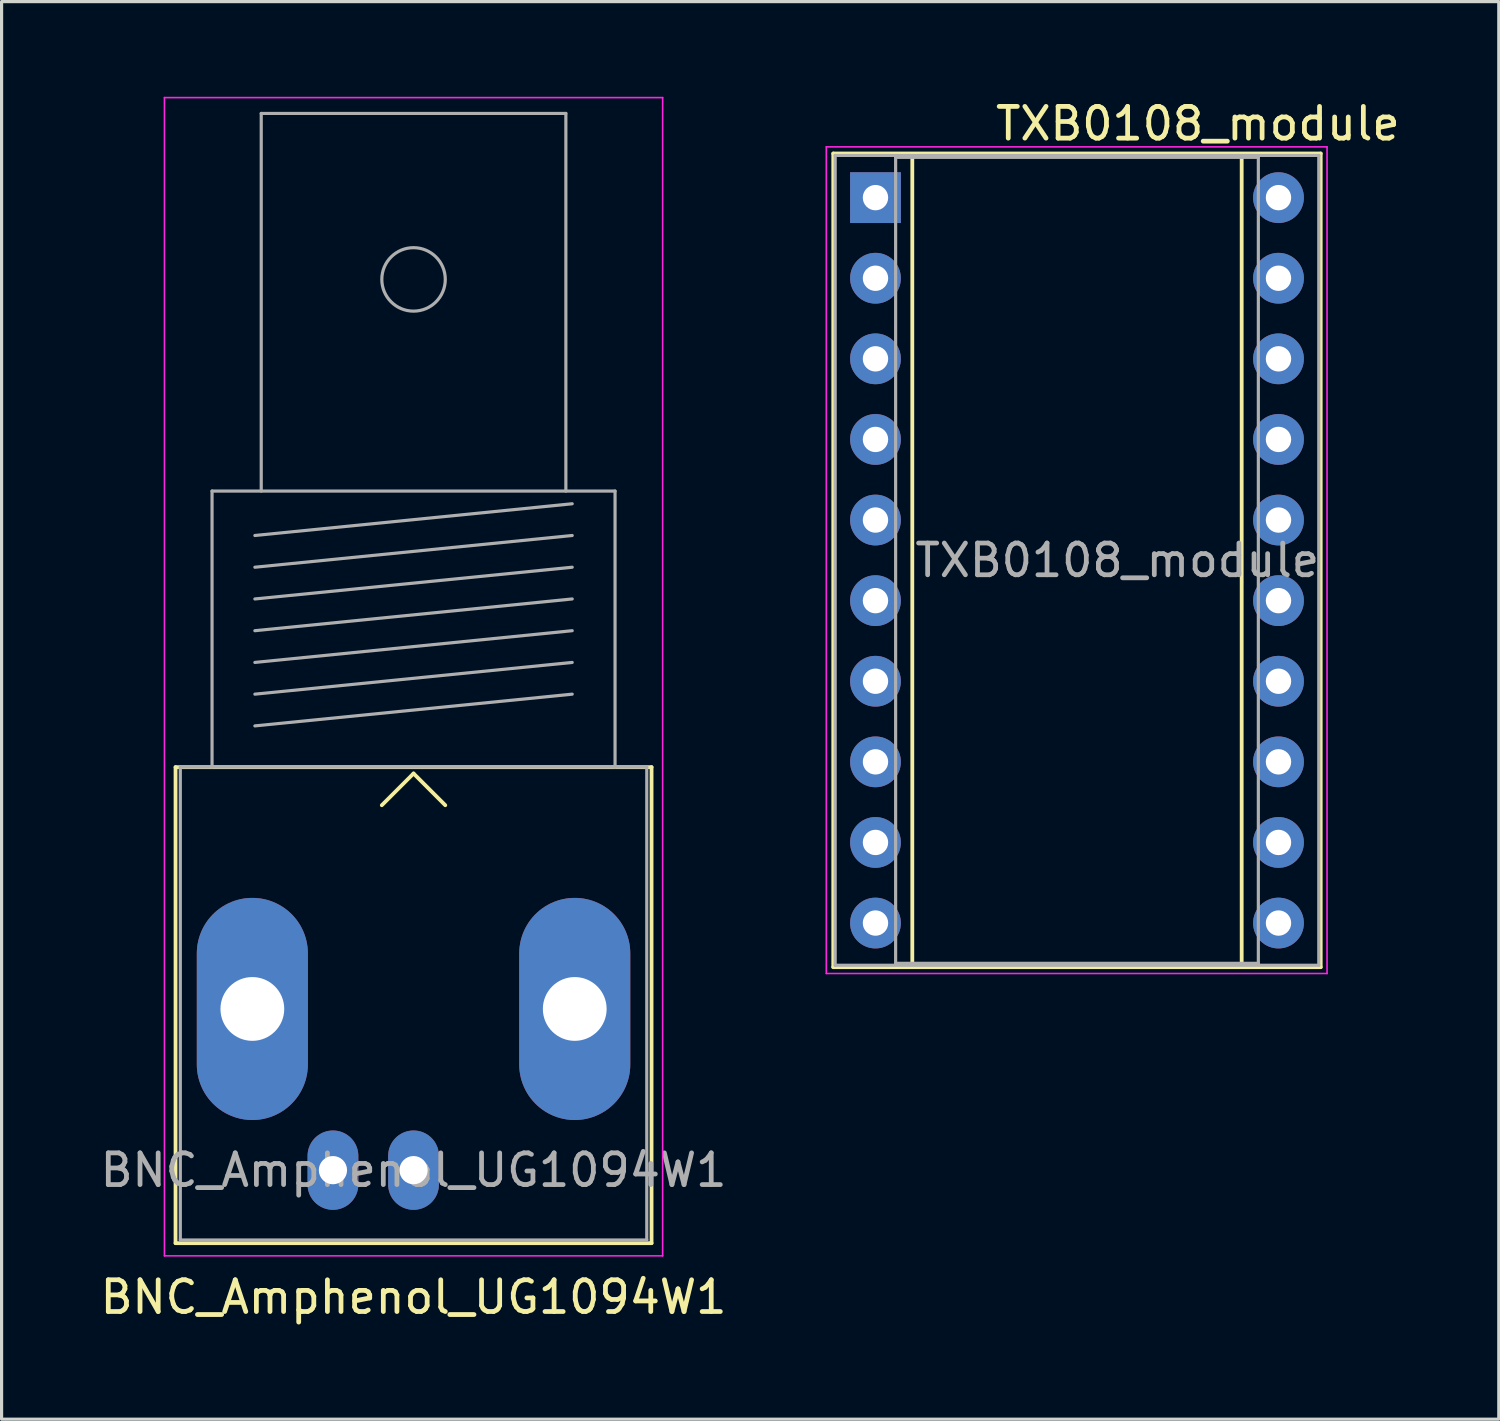
<source format=kicad_pcb>
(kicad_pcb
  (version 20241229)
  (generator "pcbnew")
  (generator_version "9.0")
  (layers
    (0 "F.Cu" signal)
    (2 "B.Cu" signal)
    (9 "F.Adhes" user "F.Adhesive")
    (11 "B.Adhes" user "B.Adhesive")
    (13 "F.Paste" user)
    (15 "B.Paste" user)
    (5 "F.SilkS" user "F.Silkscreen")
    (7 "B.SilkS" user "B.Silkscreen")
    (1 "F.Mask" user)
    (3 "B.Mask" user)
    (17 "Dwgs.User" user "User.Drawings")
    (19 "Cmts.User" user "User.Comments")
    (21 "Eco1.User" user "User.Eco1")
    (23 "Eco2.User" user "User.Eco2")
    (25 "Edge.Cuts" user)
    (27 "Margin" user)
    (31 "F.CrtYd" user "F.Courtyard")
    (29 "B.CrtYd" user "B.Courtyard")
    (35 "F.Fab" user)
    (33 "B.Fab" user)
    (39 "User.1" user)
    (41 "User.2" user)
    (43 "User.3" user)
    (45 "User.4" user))
  (footprint "BNC_Amphenol_UG1094W1"
    (layer "F.Cu")
    (at 9.982 33.825)
    (property "Reference" "BNC_Amphenol_UG1094W1" (at 0 4 0) (layer "F.SilkS") (effects (font (size 1 1) (thickness 0.15))))
    (attr through_hole)
    (fp_line (start -7.5 -12.7) (end 7.5 -12.7) (stroke (width 0.12) (type solid)) (layer "F.SilkS"))
    (fp_line (start -7.5 2.3) (end -7.5 -12.7) (stroke (width 0.12) (type solid)) (layer "F.SilkS"))
    (fp_line (start 0 -12.5) (end -1 -11.5) (stroke (width 0.12) (type solid)) (layer "F.SilkS"))
    (fp_line (start 0 -12.5) (end 1 -11.5) (stroke (width 0.12) (type solid)) (layer "F.SilkS"))
    (fp_line (start 7.5 -12.7) (end 7.5 2.3) (stroke (width 0.12) (type solid)) (layer "F.SilkS"))
    (fp_line (start 7.5 2.3) (end -7.5 2.3) (stroke (width 0.12) (type solid)) (layer "F.SilkS"))
    (fp_line (start -7.85 2.7) (end -7.85 -33.8) (stroke (width 0.05) (type solid)) (layer "F.CrtYd"))
    (fp_line (start -7.85 2.7) (end 7.85 2.7) (stroke (width 0.05) (type solid)) (layer "F.CrtYd"))
    (fp_line (start 7.85 -33.8) (end -7.85 -33.8) (stroke (width 0.05) (type solid)) (layer "F.CrtYd"))
    (fp_line (start 7.85 2.7) (end 7.85 -33.8) (stroke (width 0.05) (type solid)) (layer "F.CrtYd"))
    (fp_line (start -7.35 -12.7) (end -7.35 2.2) (stroke (width 0.1) (type solid)) (layer "F.Fab"))
    (fp_line (start -7.35 2.2) (end 7.35 2.2) (stroke (width 0.1) (type solid)) (layer "F.Fab"))
    (fp_line (start -6.35 -21.4) (end -6.35 -12.7) (stroke (width 0.1) (type solid)) (layer "F.Fab"))
    (fp_line (start -5 -20) (end 5 -21) (stroke (width 0.1) (type solid)) (layer "F.Fab"))
    (fp_line (start -5 -19) (end 5 -20) (stroke (width 0.1) (type solid)) (layer "F.Fab"))
    (fp_line (start -5 -18) (end 5 -19) (stroke (width 0.1) (type solid)) (layer "F.Fab"))
    (fp_line (start -5 -17) (end 5 -18) (stroke (width 0.1) (type solid)) (layer "F.Fab"))
    (fp_line (start -5 -16) (end 5 -17) (stroke (width 0.1) (type solid)) (layer "F.Fab"))
    (fp_line (start -5 -15) (end 5 -16) (stroke (width 0.1) (type solid)) (layer "F.Fab"))
    (fp_line (start -5 -14) (end 5 -15) (stroke (width 0.1) (type solid)) (layer "F.Fab"))
    (fp_line (start -4.8 -33.3) (end -4.8 -21.4) (stroke (width 0.1) (type solid)) (layer "F.Fab"))
    (fp_line (start 4.8 -33.3) (end -4.8 -33.3) (stroke (width 0.1) (type solid)) (layer "F.Fab"))
    (fp_line (start 4.8 -21.4) (end 4.8 -33.3) (stroke (width 0.1) (type solid)) (layer "F.Fab"))
    (fp_line (start 6.35 -21.4) (end -6.35 -21.4) (stroke (width 0.1) (type solid)) (layer "F.Fab"))
    (fp_line (start 6.35 -12.7) (end 6.35 -21.4) (stroke (width 0.1) (type solid)) (layer "F.Fab"))
    (fp_line (start 7.35 -12.7) (end -7.35 -12.7) (stroke (width 0.1) (type solid)) (layer "F.Fab"))
    (fp_line (start 7.35 2.2) (end 7.35 -12.7) (stroke (width 0.1) (type solid)) (layer "F.Fab"))
    (fp_circle (center 0 -28.07) (end 1 -28.07) (stroke (width 0.1) (type solid)) (fill no) (layer "F.Fab"))
    (fp_text user "${REFERENCE}" (at 0 0 0) (layer "F.Fab") (effects (font (size 1 1) (thickness 0.15))))
    (pad "1" thru_hole oval (at 0 0) (size 1.6 2.5) (drill 0.89) (layers "*.Cu" "*.Mask"))
    (pad "2" thru_hole oval (at -5.08 -5.08) (size 3.5 7) (drill 2.01) (layers "*.Cu" "*.Mask"))
    (pad "2" thru_hole oval (at -2.54 0) (size 1.6 2.5) (drill 0.89) (layers "*.Cu" "*.Mask"))
    (pad "2" thru_hole oval (at 5.08 -5.08) (size 3.5 7) (drill 2.01) (layers "*.Cu" "*.Mask")))
  (footprint "TXB0108_module"
    (layer "F.Cu")
    (at 24.539 3.178)
    (property "Reference" "TXB0108_module" (at 10.16 -2.33 0) (layer "F.SilkS") (effects (font (size 1 1) (thickness 0.15))))
    (attr through_hole)
    (fp_line (start -1.33 -1.39) (end -1.33 24.25) (stroke (width 0.12) (type solid)) (layer "F.SilkS"))
    (fp_line (start -1.33 24.25) (end 14.03 24.25) (stroke (width 0.12) (type solid)) (layer "F.SilkS"))
    (fp_line (start 1.16 -1.33) (end 1.16 24.19) (stroke (width 0.12) (type solid)) (layer "F.SilkS"))
    (fp_line (start 2.81 -1.33) (end 1.16 -1.33) (stroke (width 0.12) (type solid)) (layer "F.SilkS"))
    (fp_line (start 6.24 24.19) (end 11.54 24.19) (stroke (width 0.12) (type solid)) (layer "F.SilkS"))
    (fp_line (start 11.54 -1.33) (end 9.89 -1.33) (stroke (width 0.12) (type solid)) (layer "F.SilkS"))
    (fp_line (start 11.54 24.19) (end 11.54 -1.33) (stroke (width 0.12) (type solid)) (layer "F.SilkS"))
    (fp_line (start 14.03 -1.39) (end -1.33 -1.39) (stroke (width 0.12) (type solid)) (layer "F.SilkS"))
    (fp_line (start 14.03 24.25) (end 14.03 -1.39) (stroke (width 0.12) (type solid)) (layer "F.SilkS"))
    (fp_line (start -1.55 -1.6) (end -1.55 24.45) (stroke (width 0.05) (type solid)) (layer "F.CrtYd"))
    (fp_line (start -1.55 24.45) (end 14.23 24.45) (stroke (width 0.05) (type solid)) (layer "F.CrtYd"))
    (fp_line (start 14.23 -1.6) (end -1.55 -1.6) (stroke (width 0.05) (type solid)) (layer "F.CrtYd"))
    (fp_line (start 14.23 24.45) (end 14.23 -1.6) (stroke (width 0.05) (type solid)) (layer "F.CrtYd"))
    (fp_line (start -1.27 -1.33) (end -1.27 24.19) (stroke (width 0.1) (type solid)) (layer "F.Fab"))
    (fp_line (start -1.27 24.19) (end 13.97 24.19) (stroke (width 0.1) (type solid)) (layer "F.Fab"))
    (fp_line (start 0.635 -1.27) (end 12.065 -1.27) (stroke (width 0.1) (type solid)) (layer "F.Fab"))
    (fp_line (start 0.635 24.13) (end 0.635 -1.27) (stroke (width 0.1) (type solid)) (layer "F.Fab"))
    (fp_line (start 12.065 -1.27) (end 12.065 24.13) (stroke (width 0.1) (type solid)) (layer "F.Fab"))
    (fp_line (start 12.065 24.13) (end 0.635 24.13) (stroke (width 0.1) (type solid)) (layer "F.Fab"))
    (fp_line (start 13.97 -1.33) (end -1.27 -1.33) (stroke (width 0.1) (type solid)) (layer "F.Fab"))
    (fp_line (start 13.97 24.19) (end 13.97 -1.33) (stroke (width 0.1) (type solid)) (layer "F.Fab"))
    (fp_text user "${REFERENCE}" (at 7.62 11.43 0) (layer "F.Fab") (effects (font (size 1 1) (thickness 0.15))))
    (pad "1" thru_hole rect (at 0 0) (size 1.6 1.6) (drill 0.8) (layers "*.Cu" "*.Mask"))
    (pad "2" thru_hole oval (at 0 2.54) (size 1.6 1.6) (drill 0.8) (layers "*.Cu" "*.Mask"))
    (pad "3" thru_hole oval (at 0 5.08) (size 1.6 1.6) (drill 0.8) (layers "*.Cu" "*.Mask"))
    (pad "4" thru_hole oval (at 0 7.62) (size 1.6 1.6) (drill 0.8) (layers "*.Cu" "*.Mask"))
    (pad "5" thru_hole oval (at 0 10.16) (size 1.6 1.6) (drill 0.8) (layers "*.Cu" "*.Mask"))
    (pad "6" thru_hole oval (at 0 12.7) (size 1.6 1.6) (drill 0.8) (layers "*.Cu" "*.Mask"))
    (pad "7" thru_hole oval (at 0 15.24) (size 1.6 1.6) (drill 0.8) (layers "*.Cu" "*.Mask"))
    (pad "8" thru_hole oval (at 0 17.78) (size 1.6 1.6) (drill 0.8) (layers "*.Cu" "*.Mask"))
    (pad "9" thru_hole oval (at 0 20.32) (size 1.6 1.6) (drill 0.8) (layers "*.Cu" "*.Mask"))
    (pad "10" thru_hole oval (at 0 22.86) (size 1.6 1.6) (drill 0.8) (layers "*.Cu" "*.Mask"))
    (pad "11" thru_hole oval (at 12.7 22.86) (size 1.6 1.6) (drill 0.8) (layers "*.Cu" "*.Mask"))
    (pad "12" thru_hole oval (at 12.7 20.32) (size 1.6 1.6) (drill 0.8) (layers "*.Cu" "*.Mask"))
    (pad "13" thru_hole oval (at 12.7 17.78) (size 1.6 1.6) (drill 0.8) (layers "*.Cu" "*.Mask"))
    (pad "14" thru_hole oval (at 12.7 15.24) (size 1.6 1.6) (drill 0.8) (layers "*.Cu" "*.Mask"))
    (pad "15" thru_hole oval (at 12.7 12.7) (size 1.6 1.6) (drill 0.8) (layers "*.Cu" "*.Mask"))
    (pad "16" thru_hole oval (at 12.7 10.16) (size 1.6 1.6) (drill 0.8) (layers "*.Cu" "*.Mask"))
    (pad "17" thru_hole oval (at 12.7 7.62) (size 1.6 1.6) (drill 0.8) (layers "*.Cu" "*.Mask"))
    (pad "18" thru_hole oval (at 12.7 5.08) (size 1.6 1.6) (drill 0.8) (layers "*.Cu" "*.Mask"))
    (pad "19" thru_hole oval (at 12.7 2.54) (size 1.6 1.6) (drill 0.8) (layers "*.Cu" "*.Mask"))
    (pad "20" thru_hole oval (at 12.7 0) (size 1.6 1.6) (drill 0.8) (layers "*.Cu" "*.Mask")))
  (gr_rect
    (start -3 -3)
    (end 44.181 41.673)
    (stroke (width 0.1) (type default))
    (fill no)
    (layer "Edge.Cuts")))
</source>
